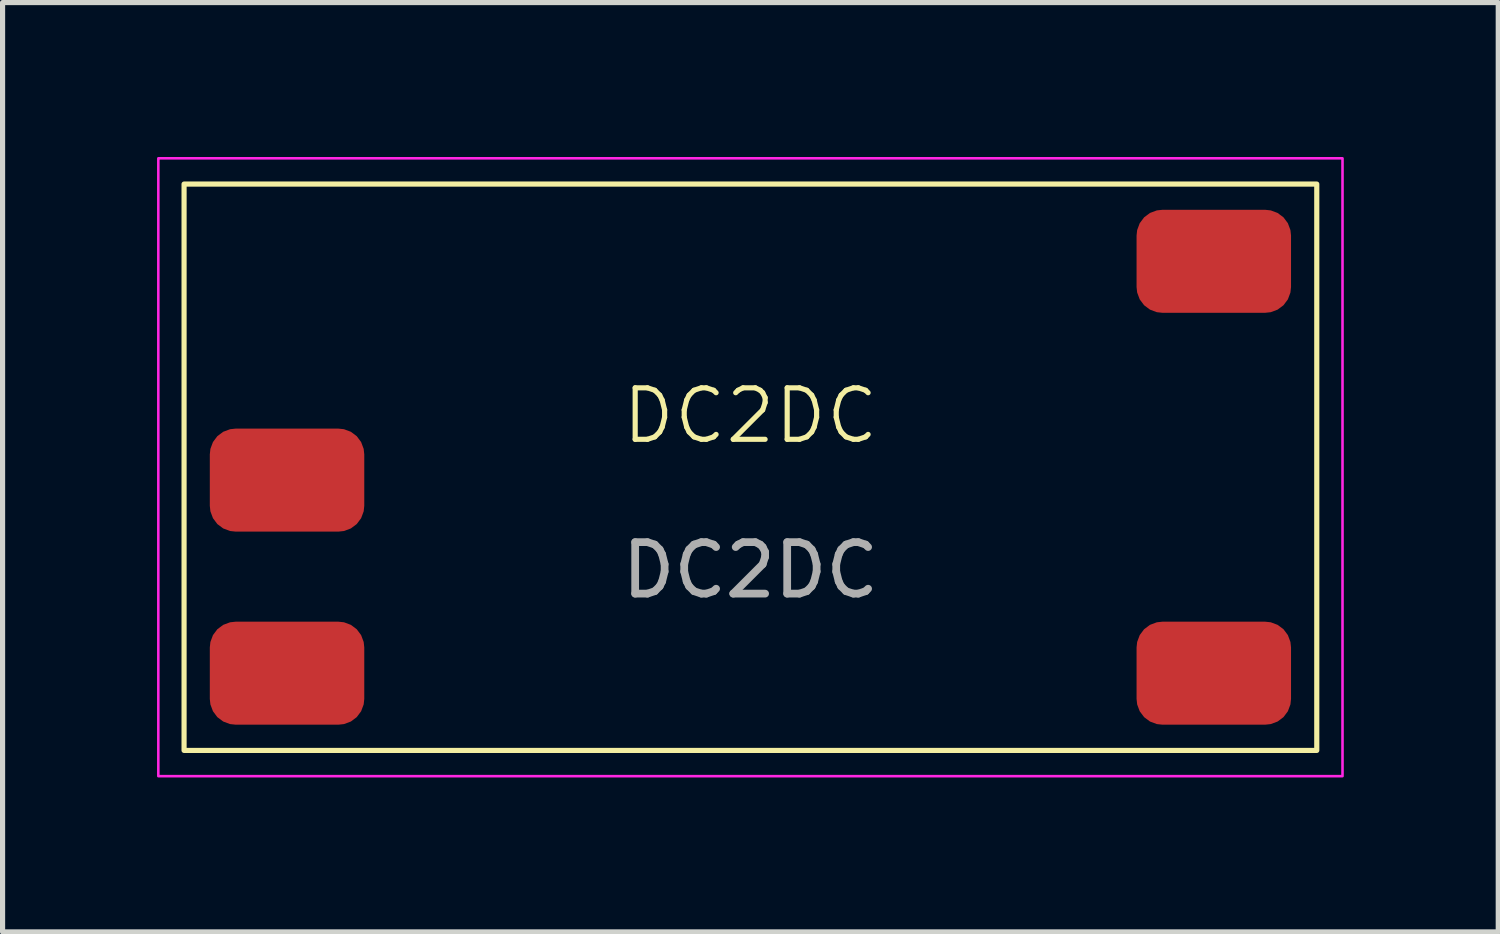
<source format=kicad_pcb>
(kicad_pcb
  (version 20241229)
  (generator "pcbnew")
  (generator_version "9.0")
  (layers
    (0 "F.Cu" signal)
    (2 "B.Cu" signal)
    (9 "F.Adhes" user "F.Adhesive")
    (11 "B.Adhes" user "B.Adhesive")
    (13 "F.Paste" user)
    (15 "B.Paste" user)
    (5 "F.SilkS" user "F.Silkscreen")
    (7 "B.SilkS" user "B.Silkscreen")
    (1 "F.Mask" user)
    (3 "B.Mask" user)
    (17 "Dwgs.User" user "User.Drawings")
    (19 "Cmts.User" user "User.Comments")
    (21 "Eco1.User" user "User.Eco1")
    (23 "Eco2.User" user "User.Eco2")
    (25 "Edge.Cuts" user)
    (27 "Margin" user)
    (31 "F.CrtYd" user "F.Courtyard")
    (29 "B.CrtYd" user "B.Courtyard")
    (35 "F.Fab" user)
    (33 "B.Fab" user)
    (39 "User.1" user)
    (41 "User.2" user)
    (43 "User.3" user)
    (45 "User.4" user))
  (footprint "DC2DC"
    (layer "F.Cu")
    (at 11.525 5.525)
    (property "Reference" "DC2DC" (at 0 -0.5 0) (unlocked yes) (layer "F.SilkS") (effects (font (size 1 1) (thickness 0.1))))
    (attr smd)
    (fp_rect (start -11 -5) (end 11 6) (stroke (width 0.1) (type default)) (fill no) (layer "F.SilkS"))
    (fp_rect (start -11.5 -5.5) (end 11.5 6.5) (stroke (width 0.05) (type default)) (fill no) (layer "F.CrtYd"))
    (fp_text user "${REFERENCE}" (at 0 2.5 0) (unlocked yes) (layer "F.Fab") (effects (font (size 1 1) (thickness 0.15))))
    (pad "1" smd roundrect (at -9 0.75) (size 3 2) (layers "F.Cu" "F.Mask" "F.Paste") (roundrect_rratio 0.25))
    (pad "2" smd roundrect (at -9 4.5) (size 3 2) (layers "F.Cu" "F.Mask" "F.Paste") (roundrect_rratio 0.25))
    (pad "3" smd roundrect (at 9 -3.5) (size 3 2) (layers "F.Cu" "F.Mask" "F.Paste") (roundrect_rratio 0.25))
    (pad "4" smd roundrect (at 9 4.5) (size 3 2) (layers "F.Cu" "F.Mask" "F.Paste") (roundrect_rratio 0.25)))
  (gr_rect
    (start -3 -3)
    (end 26.05 15.05)
    (stroke (width 0.1) (type default))
    (fill no)
    (layer "Edge.Cuts")))
</source>
